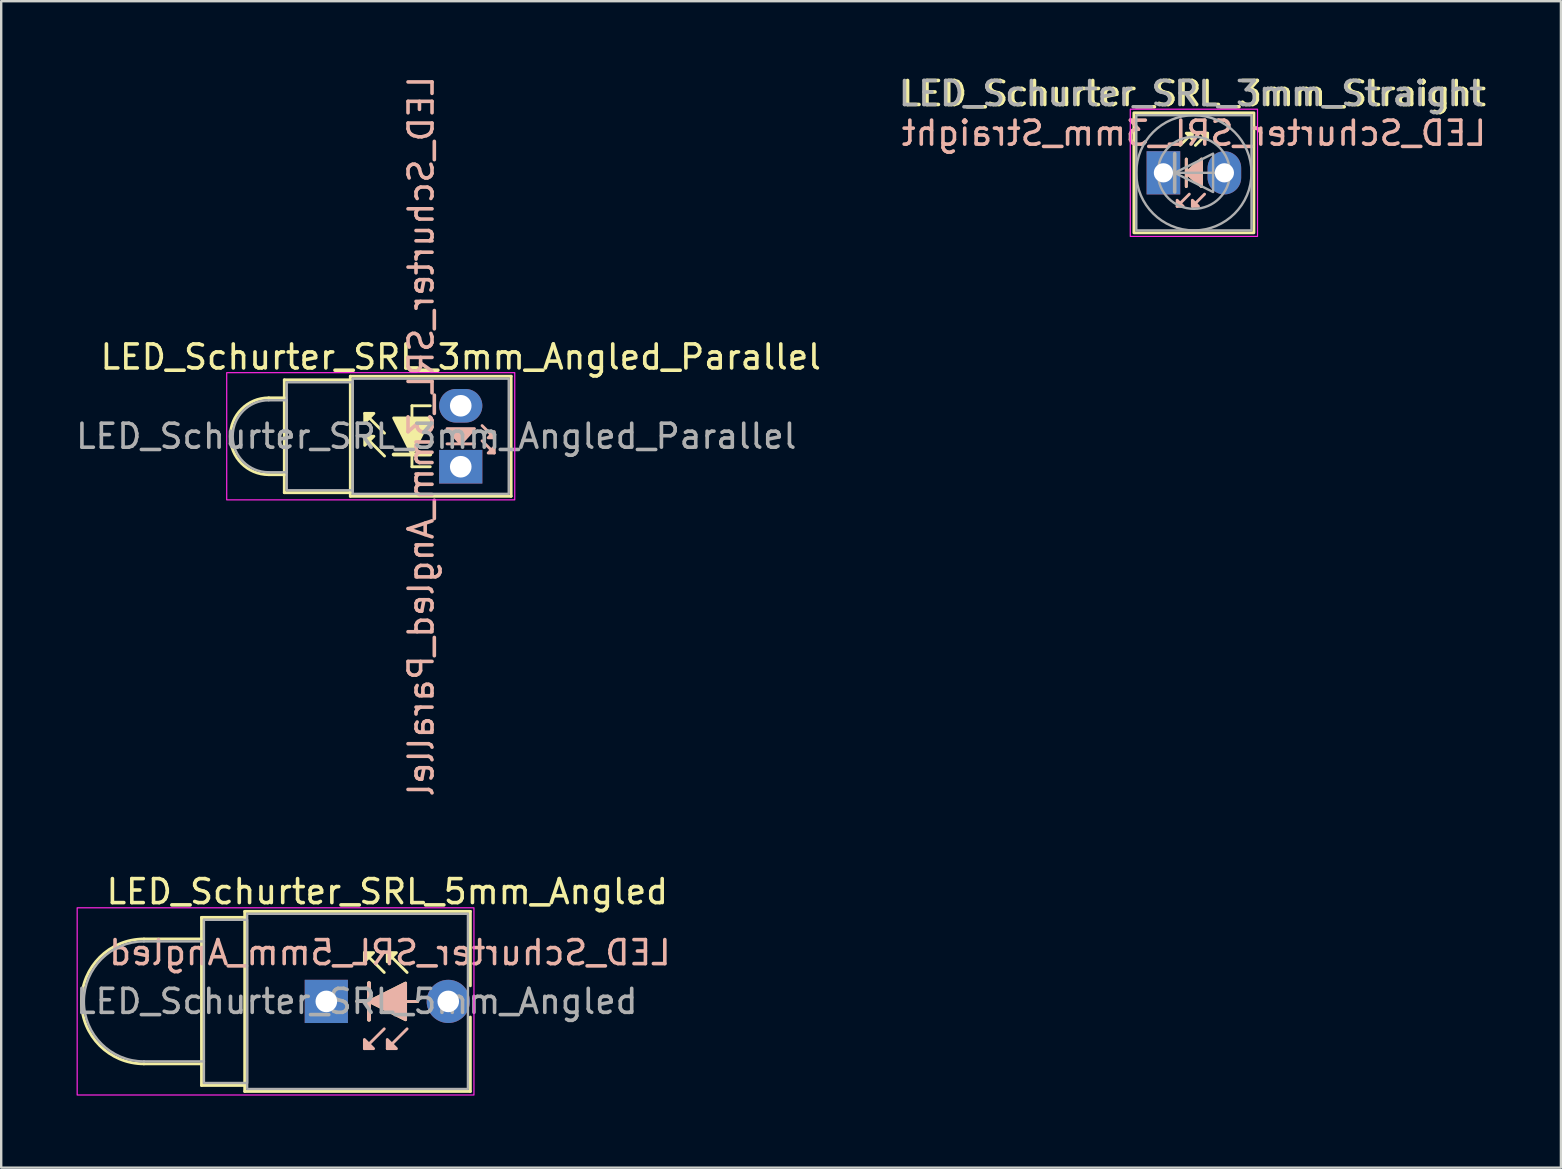
<source format=kicad_pcb>
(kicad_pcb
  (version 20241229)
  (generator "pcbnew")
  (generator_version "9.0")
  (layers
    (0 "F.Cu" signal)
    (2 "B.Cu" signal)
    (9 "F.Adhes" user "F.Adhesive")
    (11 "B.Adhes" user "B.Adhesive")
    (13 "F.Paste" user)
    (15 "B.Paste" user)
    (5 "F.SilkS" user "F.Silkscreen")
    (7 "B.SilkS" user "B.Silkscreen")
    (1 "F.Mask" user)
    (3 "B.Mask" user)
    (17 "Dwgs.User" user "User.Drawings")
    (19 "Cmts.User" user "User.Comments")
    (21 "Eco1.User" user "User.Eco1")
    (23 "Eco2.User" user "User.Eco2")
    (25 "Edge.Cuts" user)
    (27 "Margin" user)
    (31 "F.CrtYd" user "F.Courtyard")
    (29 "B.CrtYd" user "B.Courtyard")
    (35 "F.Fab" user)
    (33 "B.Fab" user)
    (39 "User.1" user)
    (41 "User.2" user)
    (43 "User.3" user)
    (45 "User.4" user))
  (footprint "LED_Schurter_SRL_5mm_Angled"
    (layer "F.Cu")
    (at 10.545 38.67)
    (property "Reference" "LED_Schurter_SRL_5mm_Angled" (at 2.54 -4.572 0) (layer "F.SilkS") (effects (font (size 1 1) (thickness 0.15))))
    (fp_line (start -7.6 -2.6) (end -5.2 -2.6) (stroke (width 0.12) (type default)) (layer "F.SilkS"))
    (fp_line (start -7.6 2.6) (end -5.2 2.6) (stroke (width 0.12) (type default)) (layer "F.SilkS"))
    (fp_line (start -5.2 -3.5) (end -3.4 -3.5) (stroke (width 0.12) (type default)) (layer "F.SilkS"))
    (fp_line (start -5.2 3.5) (end -5.2 -3.5) (stroke (width 0.12) (type default)) (layer "F.SilkS"))
    (fp_line (start -3.4 -3.75) (end -3.4 3.75) (stroke (width 0.12) (type default)) (layer "F.SilkS"))
    (fp_line (start -3.4 -3.75) (end 6 -3.75) (stroke (width 0.12) (type default)) (layer "F.SilkS"))
    (fp_line (start -3.4 3.5) (end -5.2 3.5) (stroke (width 0.12) (type default)) (layer "F.SilkS"))
    (fp_line (start -3.4 3.75) (end 6 3.75) (stroke (width 0.12) (type default)) (layer "F.SilkS"))
    (fp_line (start 1.27 0) (end 3.81 0) (stroke (width 0.12) (type default)) (layer "F.SilkS"))
    (fp_line (start 1.778 -0.762) (end 1.778 0.762) (stroke (width 0.16) (type default)) (layer "F.SilkS"))
    (fp_line (start 2.413 -1.206) (end 1.587 -2.032) (stroke (width 0.12) (type solid)) (layer "F.SilkS"))
    (fp_line (start 3.365 -1.206) (end 2.54 -2.032) (stroke (width 0.12) (type solid)) (layer "F.SilkS"))
    (fp_line (start 6 -3.75) (end 6 -0.65) (stroke (width 0.12) (type default)) (layer "F.SilkS"))
    (fp_line (start 6 3.75) (end 6 0.65) (stroke (width 0.12) (type default)) (layer "F.SilkS"))
    (fp_arc (start -7.6 2.6) (mid -10.2 0) (end -7.6 -2.6) (stroke (width 0.12) (type default)) (layer "F.SilkS"))
    (fp_poly (pts (xy 1.587 -1.651) (xy 1.968 -2.032) (xy 1.587 -2.032)) (stroke (width 0.12) (type solid)) (fill yes) (layer "F.SilkS"))
    (fp_poly (pts (xy 1.778 0) (xy 3.302 -0.762) (xy 3.302 0.762)) (stroke (width 0.12) (type solid)) (fill yes) (layer "F.SilkS"))
    (fp_poly (pts (xy 2.54 -1.651) (xy 2.921 -2.032) (xy 2.54 -2.032)) (stroke (width 0.12) (type solid)) (fill yes) (layer "F.SilkS"))
    (fp_line (start 1.587 1.968) (end 2.413 1.143) (stroke (width 0.12) (type solid)) (layer "B.SilkS"))
    (fp_line (start 1.778 -0.762) (end 1.778 0.762) (stroke (width 0.16) (type default)) (layer "B.SilkS"))
    (fp_line (start 2.54 1.968) (end 3.365 1.143) (stroke (width 0.12) (type solid)) (layer "B.SilkS"))
    (fp_line (start 3.81 0) (end 1.27 0) (stroke (width 0.12) (type default)) (layer "B.SilkS"))
    (fp_poly (pts (xy 1.587 1.587) (xy 1.968 1.968) (xy 1.587 1.968)) (stroke (width 0.12) (type solid)) (fill yes) (layer "B.SilkS"))
    (fp_poly (pts (xy 1.778 0) (xy 3.302 0.762) (xy 3.302 -0.762)) (stroke (width 0.12) (type solid)) (fill yes) (layer "B.SilkS"))
    (fp_poly (pts (xy 2.54 1.587) (xy 2.921 1.968) (xy 2.54 1.968)) (stroke (width 0.12) (type solid)) (fill yes) (layer "B.SilkS"))
    (fp_rect (start -10.38 -3.9) (end 6.15 3.9) (stroke (width 0.05) (type default)) (fill no) (layer "F.CrtYd"))
    (fp_line (start -7.6 -2.5) (end -5.1 -2.5) (stroke (width 0.1) (type default)) (layer "F.Fab"))
    (fp_line (start -7.6 2.5) (end -5.1 2.5) (stroke (width 0.1) (type default)) (layer "F.Fab"))
    (fp_rect (start -5.1 -3.4) (end -3.3 3.4) (stroke (width 0.1) (type default)) (fill no) (layer "F.Fab"))
    (fp_rect (start -3.3 -3.65) (end 5.9 3.65) (stroke (width 0.1) (type default)) (fill no) (layer "F.Fab"))
    (fp_arc (start -7.6 2.5) (mid -10.1 0) (end -7.6 -2.5) (stroke (width 0.1) (type default)) (layer "F.Fab"))
    (fp_text user "${REFERENCE}" (at 2.65 -2.031 0) (layer "B.SilkS") (effects (font (size 1 1) (thickness 0.15)) (justify mirror)))
    (fp_text user "${REFERENCE}" (at 1.27 0 0) (layer "F.Fab") (effects (font (size 1 1) (thickness 0.15))))
    (pad "1" thru_hole rect (at 0 0) (size 1.8 1.8) (drill 0.9) (layers "*.Cu" "*.Mask"))
    (pad "2" thru_hole oval (at 5.08 0) (size 1.8 1.8) (drill 0.9) (layers "*.Cu" "*.Mask")))
  (footprint "LED_Schurter_SRL_3mm_Angled_Parallel"
    (layer "F.Cu")
    (at 16.145 16.395)
    (property "Reference" "LED_Schurter_SRL_3mm_Angled_Parallel" (at 0 -4.572 0) (layer "F.SilkS") (effects (font (size 1 1) (thickness 0.15))))
    (fp_line (start -7.35 -3.62) (end -7.35 -2.87) (stroke (width 0.12) (type default)) (layer "F.SilkS"))
    (fp_line (start -7.35 -2.87) (end -8 -2.87) (stroke (width 0.12) (type default)) (layer "F.SilkS"))
    (fp_line (start -7.35 0.33) (end -8 0.33) (stroke (width 0.12) (type default)) (layer "F.SilkS"))
    (fp_line (start -7.35 0.33) (end -7.35 -2.87) (stroke (width 0.12) (type default)) (layer "F.SilkS"))
    (fp_line (start -7.35 1.08) (end -7.35 0.33) (stroke (width 0.12) (type default)) (layer "F.SilkS"))
    (fp_line (start -4.6 -3.77) (end -4.6 -3.62) (stroke (width 0.12) (type default)) (layer "F.SilkS"))
    (fp_line (start -4.6 -3.77) (end 2.1 -3.77) (stroke (width 0.12) (type default)) (layer "F.SilkS"))
    (fp_line (start -4.6 -3.62) (end -7.35 -3.62) (stroke (width 0.12) (type default)) (layer "F.SilkS"))
    (fp_line (start -4.6 -3.62) (end -4.6 1.08) (stroke (width 0.12) (type default)) (layer "F.SilkS"))
    (fp_line (start -4.6 1.08) (end -7.35 1.08) (stroke (width 0.12) (type default)) (layer "F.SilkS"))
    (fp_line (start -4.6 1.23) (end -4.6 1.08) (stroke (width 0.12) (type default)) (layer "F.SilkS"))
    (fp_line (start -3.175 -1.397) (end -4 -2.223) (stroke (width 0.12) (type solid)) (layer "F.SilkS"))
    (fp_line (start -3.175 -0.445) (end -4 -1.27) (stroke (width 0.12) (type solid)) (layer "F.SilkS"))
    (fp_line (start -2.032 -2.54) (end -2.032 0) (stroke (width 0.12) (type default)) (layer "F.SilkS"))
    (fp_line (start -2.032 -2.54) (end -1.27 -2.54) (stroke (width 0.12) (type default)) (layer "F.SilkS"))
    (fp_line (start -2.032 0) (end -1.27 0) (stroke (width 0.12) (type default)) (layer "F.SilkS"))
    (fp_line (start -1.27 -0.508) (end -2.794 -0.508) (stroke (width 0.16) (type default)) (layer "F.SilkS"))
    (fp_line (start 2.1 -3.77) (end 2.1 1.23) (stroke (width 0.12) (type default)) (layer "F.SilkS"))
    (fp_line (start 2.1 1.23) (end -4.6 1.23) (stroke (width 0.12) (type default)) (layer "F.SilkS"))
    (fp_arc (start -8 0.33) (mid -9.6 -1.27) (end -8 -2.87) (stroke (width 0.12) (type default)) (layer "F.SilkS"))
    (fp_poly (pts (xy -3.619 -2.223) (xy -4 -1.841) (xy -4 -2.223)) (stroke (width 0.12) (type solid)) (fill yes) (layer "F.SilkS"))
    (fp_poly (pts (xy -3.619 -1.27) (xy -4 -0.889) (xy -4 -1.27)) (stroke (width 0.12) (type solid)) (fill yes) (layer "F.SilkS"))
    (fp_poly (pts (xy -2.032 -0.508) (xy -1.27 -2.032) (xy -2.794 -2.032)) (stroke (width 0.12) (type solid)) (fill yes) (layer "F.SilkS"))
    (fp_line (start -0.572 -0.953) (end 0.572 -0.953) (stroke (width 0.12) (type solid)) (layer "B.SilkS"))
    (fp_line (start 0.889 -1.714) (end 1.397 -1.206) (stroke (width 0.12) (type solid)) (layer "B.SilkS"))
    (fp_line (start 0.889 -1.079) (end 1.397 -0.572) (stroke (width 0.12) (type solid)) (layer "B.SilkS"))
    (fp_poly (pts (xy 0.572 -1.587) (xy 0 -0.953) (xy -0.572 -1.587)) (stroke (width 0.12) (type solid)) (fill yes) (layer "B.SilkS"))
    (fp_poly (pts (xy 1.143 -1.206) (xy 1.397 -1.46) (xy 1.397 -1.206)) (stroke (width 0.12) (type solid)) (fill yes) (layer "B.SilkS"))
    (fp_poly (pts (xy 1.143 -0.572) (xy 1.397 -0.826) (xy 1.397 -0.572)) (stroke (width 0.12) (type solid)) (fill yes) (layer "B.SilkS"))
    (fp_rect (start -9.75 -3.92) (end 2.25 1.38) (stroke (width 0.05) (type default)) (fill no) (layer "F.CrtYd"))
    (fp_line (start -8 -2.77) (end -7.25 -2.77) (stroke (width 0.1) (type default)) (layer "F.Fab"))
    (fp_line (start -7.25 -2.77) (end -7.25 0.23) (stroke (width 0.1) (type default)) (layer "F.Fab"))
    (fp_line (start -7.25 0.23) (end -8 0.23) (stroke (width 0.1) (type default)) (layer "F.Fab"))
    (fp_rect (start -7.25 -3.52) (end -4.5 0.98) (stroke (width 0.1) (type default)) (fill no) (layer "F.Fab"))
    (fp_rect (start -4.5 -3.67) (end 2 1.13) (stroke (width 0.1) (type default)) (fill no) (layer "F.Fab"))
    (fp_arc (start -8 0.23) (mid -9.5 -1.27) (end -8 -2.77) (stroke (width 0.1) (type default)) (layer "F.Fab"))
    (fp_text user "${REFERENCE}" (at -1.651 -1.27 90) (layer "B.SilkS") (effects (font (size 1 1) (thickness 0.15)) (justify mirror)))
    (fp_text user "${REFERENCE}" (at -1.02 -1.27 0) (layer "F.Fab") (effects (font (size 1 1) (thickness 0.15))))
    (pad "1" thru_hole rect (at 0 0) (size 1.8 1.4) (drill 0.9) (layers "*.Cu" "*.Mask"))
    (pad "2" thru_hole oval (at 0 -2.54) (size 1.8 1.4) (drill 0.9) (layers "*.Cu" "*.Mask")))
  (footprint "LED_Schurter_SRL_3mm_Straight"
    (layer "F.Cu")
    (at 45.419 4.15)
    (property "Reference" "LED_Schurter_SRL_3mm_Straight" (at 1.27 -3.302 0) (layer "F.SilkS") (effects (font (size 1 1) (thickness 0.15))))
    (fp_line (start 0.699 -1.143) (end 1.206 -1.651) (stroke (width 0.12) (type solid)) (layer "F.SilkS"))
    (fp_line (start 0.953 -0.572) (end 0.953 0.572) (stroke (width 0.12) (type solid)) (layer "F.SilkS"))
    (fp_line (start 1.333 -1.143) (end 1.841 -1.651) (stroke (width 0.12) (type solid)) (layer "F.SilkS"))
    (fp_rect (start -1.23 -2.5) (end 3.77 2.5) (stroke (width 0.12) (type default)) (fill no) (layer "F.SilkS"))
    (fp_poly (pts (xy 1.206 -1.397) (xy 0.953 -1.651) (xy 1.206 -1.651)) (stroke (width 0.12) (type solid)) (fill yes) (layer "F.SilkS"))
    (fp_poly (pts (xy 1.587 0.572) (xy 0.953 0) (xy 1.587 -0.572)) (stroke (width 0.12) (type solid)) (fill yes) (layer "F.SilkS"))
    (fp_poly (pts (xy 1.841 -1.397) (xy 1.587 -1.651) (xy 1.841 -1.651)) (stroke (width 0.12) (type solid)) (fill yes) (layer "F.SilkS"))
    (fp_line (start 0.953 -0.572) (end 0.953 0.572) (stroke (width 0.12) (type solid)) (layer "B.SilkS"))
    (fp_line (start 1.079 0.889) (end 0.572 1.397) (stroke (width 0.12) (type solid)) (layer "B.SilkS"))
    (fp_line (start 1.714 0.889) (end 1.206 1.397) (stroke (width 0.12) (type solid)) (layer "B.SilkS"))
    (fp_poly (pts (xy 0.572 1.143) (xy 0.826 1.397) (xy 0.572 1.397)) (stroke (width 0.12) (type solid)) (fill yes) (layer "B.SilkS"))
    (fp_poly (pts (xy 1.206 1.143) (xy 1.46 1.397) (xy 1.206 1.397)) (stroke (width 0.12) (type solid)) (fill yes) (layer "B.SilkS"))
    (fp_poly (pts (xy 1.587 0.572) (xy 0.953 0) (xy 1.587 -0.572)) (stroke (width 0.12) (type solid)) (fill yes) (layer "B.SilkS"))
    (fp_rect (start -1.38 -2.65) (end 3.92 2.65) (stroke (width 0.05) (type default)) (fill no) (layer "F.CrtYd"))
    (fp_line (start 0.47 0) (end 0.47 -0.8) (stroke (width 0.15) (type default)) (layer "F.Fab"))
    (fp_line (start 0.47 0) (end 0.47 0.8) (stroke (width 0.15) (type default)) (layer "F.Fab"))
    (fp_line (start 2.47 0) (end 0.07 0) (stroke (width 0.1) (type default)) (layer "F.Fab"))
    (fp_rect (start -1.13 -2.4) (end 3.67 2.4) (stroke (width 0.1) (type default)) (fill no) (layer "F.Fab"))
    (fp_circle (center 1.27 0) (end 2.77 0) (stroke (width 0.1) (type solid)) (fill no) (layer "F.Fab"))
    (fp_circle (center 1.27 0) (end 3.67 0) (stroke (width 0.1) (type solid)) (fill no) (layer "F.Fab"))
    (fp_poly (pts (xy 0.47 0) (xy 2.07 -0.8) (xy 2.07 0.8)) (stroke (width 0.1) (type solid)) (fill no) (layer "F.Fab"))
    (fp_text user "${REFERENCE}" (at 1.27 -1.651 0) (layer "B.SilkS") (effects (font (size 1 1) (thickness 0.15)) (justify mirror)))
    (fp_text user "${REFERENCE}" (at 1.143 -3.302 0) (layer "F.Fab") (effects (font (size 1 1) (thickness 0.15))))
    (pad "1" thru_hole rect (at 0 0) (size 1.4 1.8) (drill 0.8) (layers "*.Cu" "*.Mask"))
    (pad "2" thru_hole oval (at 2.54 0) (size 1.4 1.8) (drill 0.8) (layers "*.Cu" "*.Mask")))
  (gr_rect
    (start -3 -3)
    (end 61.98 45.595)
    (stroke (width 0.1) (type default))
    (fill no)
    (layer "Edge.Cuts")))
</source>
